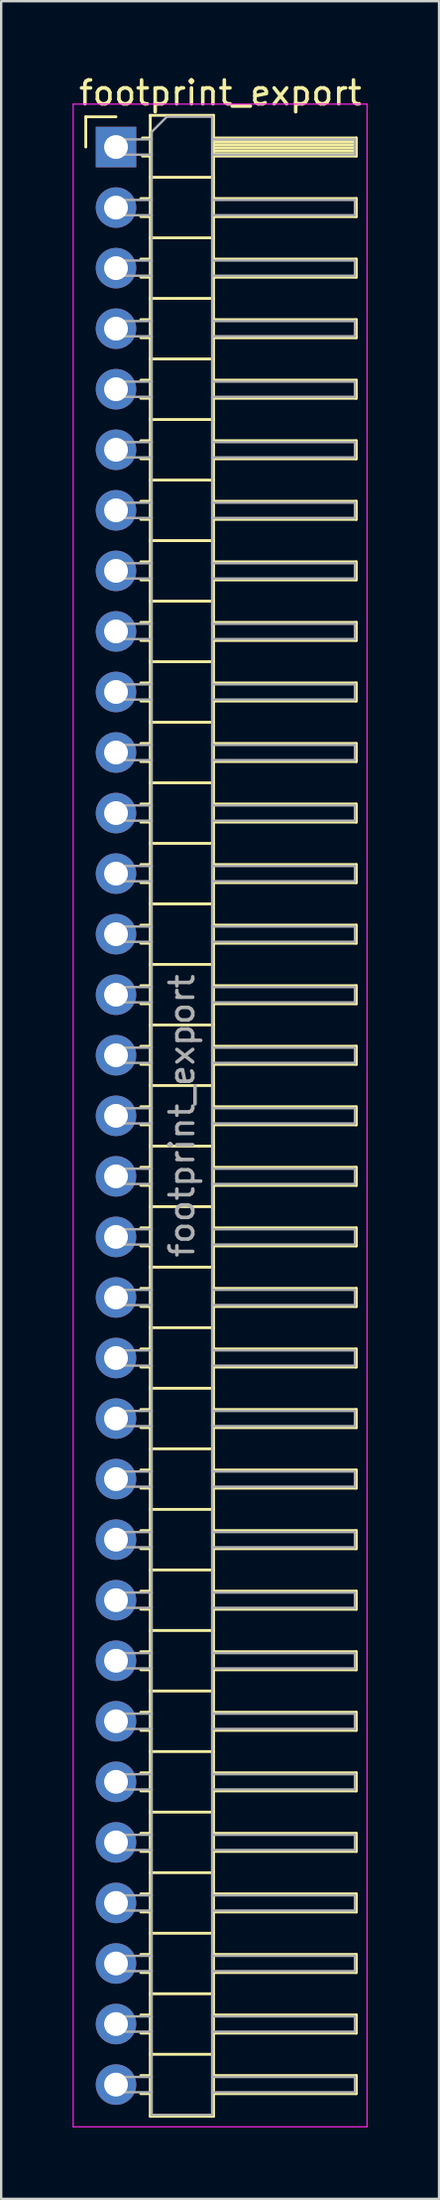
<source format=kicad_pcb>
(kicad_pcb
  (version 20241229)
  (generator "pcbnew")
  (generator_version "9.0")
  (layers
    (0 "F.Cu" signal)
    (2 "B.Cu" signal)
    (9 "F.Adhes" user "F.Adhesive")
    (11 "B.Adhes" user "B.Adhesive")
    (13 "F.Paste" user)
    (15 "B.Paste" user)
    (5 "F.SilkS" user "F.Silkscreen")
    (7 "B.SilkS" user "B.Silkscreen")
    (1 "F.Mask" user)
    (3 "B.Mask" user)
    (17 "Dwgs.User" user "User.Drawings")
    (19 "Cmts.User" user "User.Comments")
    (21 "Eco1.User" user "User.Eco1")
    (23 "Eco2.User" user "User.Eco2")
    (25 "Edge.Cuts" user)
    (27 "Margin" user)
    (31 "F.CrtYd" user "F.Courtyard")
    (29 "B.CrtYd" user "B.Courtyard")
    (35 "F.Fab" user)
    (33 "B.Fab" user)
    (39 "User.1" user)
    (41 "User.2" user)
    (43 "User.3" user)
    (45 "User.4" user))
  (footprint "footprint_export"
    (layer "F.Cu")
    (at 1.825 3.118)
    (property "Reference" "footprint_export" (at 4.385 -2.27 0) (layer "F.SilkS") (effects (font (size 1 1) (thickness 0.15))))
    (attr through_hole)
    (fp_line (start -1.27 -1.27) (end 0 -1.27) (stroke (width 0.12) (type solid)) (layer "F.SilkS"))
    (fp_line (start -1.27 0) (end -1.27 -1.27) (stroke (width 0.12) (type solid)) (layer "F.SilkS"))
    (fp_line (start 1.043 2.16) (end 1.44 2.16) (stroke (width 0.12) (type solid)) (layer "F.SilkS"))
    (fp_line (start 1.043 2.92) (end 1.44 2.92) (stroke (width 0.12) (type solid)) (layer "F.SilkS"))
    (fp_line (start 1.043 4.7) (end 1.44 4.7) (stroke (width 0.12) (type solid)) (layer "F.SilkS"))
    (fp_line (start 1.043 5.46) (end 1.44 5.46) (stroke (width 0.12) (type solid)) (layer "F.SilkS"))
    (fp_line (start 1.043 7.24) (end 1.44 7.24) (stroke (width 0.12) (type solid)) (layer "F.SilkS"))
    (fp_line (start 1.043 8) (end 1.44 8) (stroke (width 0.12) (type solid)) (layer "F.SilkS"))
    (fp_line (start 1.043 9.78) (end 1.44 9.78) (stroke (width 0.12) (type solid)) (layer "F.SilkS"))
    (fp_line (start 1.043 10.54) (end 1.44 10.54) (stroke (width 0.12) (type solid)) (layer "F.SilkS"))
    (fp_line (start 1.043 12.32) (end 1.44 12.32) (stroke (width 0.12) (type solid)) (layer "F.SilkS"))
    (fp_line (start 1.043 13.08) (end 1.44 13.08) (stroke (width 0.12) (type solid)) (layer "F.SilkS"))
    (fp_line (start 1.043 14.86) (end 1.44 14.86) (stroke (width 0.12) (type solid)) (layer "F.SilkS"))
    (fp_line (start 1.043 15.62) (end 1.44 15.62) (stroke (width 0.12) (type solid)) (layer "F.SilkS"))
    (fp_line (start 1.043 17.4) (end 1.44 17.4) (stroke (width 0.12) (type solid)) (layer "F.SilkS"))
    (fp_line (start 1.043 18.16) (end 1.44 18.16) (stroke (width 0.12) (type solid)) (layer "F.SilkS"))
    (fp_line (start 1.043 19.94) (end 1.44 19.94) (stroke (width 0.12) (type solid)) (layer "F.SilkS"))
    (fp_line (start 1.043 20.7) (end 1.44 20.7) (stroke (width 0.12) (type solid)) (layer "F.SilkS"))
    (fp_line (start 1.043 22.48) (end 1.44 22.48) (stroke (width 0.12) (type solid)) (layer "F.SilkS"))
    (fp_line (start 1.043 23.24) (end 1.44 23.24) (stroke (width 0.12) (type solid)) (layer "F.SilkS"))
    (fp_line (start 1.043 25.02) (end 1.44 25.02) (stroke (width 0.12) (type solid)) (layer "F.SilkS"))
    (fp_line (start 1.043 25.78) (end 1.44 25.78) (stroke (width 0.12) (type solid)) (layer "F.SilkS"))
    (fp_line (start 1.043 27.56) (end 1.44 27.56) (stroke (width 0.12) (type solid)) (layer "F.SilkS"))
    (fp_line (start 1.043 28.32) (end 1.44 28.32) (stroke (width 0.12) (type solid)) (layer "F.SilkS"))
    (fp_line (start 1.043 30.1) (end 1.44 30.1) (stroke (width 0.12) (type solid)) (layer "F.SilkS"))
    (fp_line (start 1.043 30.86) (end 1.44 30.86) (stroke (width 0.12) (type solid)) (layer "F.SilkS"))
    (fp_line (start 1.043 32.64) (end 1.44 32.64) (stroke (width 0.12) (type solid)) (layer "F.SilkS"))
    (fp_line (start 1.043 33.4) (end 1.44 33.4) (stroke (width 0.12) (type solid)) (layer "F.SilkS"))
    (fp_line (start 1.043 35.18) (end 1.44 35.18) (stroke (width 0.12) (type solid)) (layer "F.SilkS"))
    (fp_line (start 1.043 35.94) (end 1.44 35.94) (stroke (width 0.12) (type solid)) (layer "F.SilkS"))
    (fp_line (start 1.043 37.72) (end 1.44 37.72) (stroke (width 0.12) (type solid)) (layer "F.SilkS"))
    (fp_line (start 1.043 38.48) (end 1.44 38.48) (stroke (width 0.12) (type solid)) (layer "F.SilkS"))
    (fp_line (start 1.043 40.26) (end 1.44 40.26) (stroke (width 0.12) (type solid)) (layer "F.SilkS"))
    (fp_line (start 1.043 41.02) (end 1.44 41.02) (stroke (width 0.12) (type solid)) (layer "F.SilkS"))
    (fp_line (start 1.043 42.8) (end 1.44 42.8) (stroke (width 0.12) (type solid)) (layer "F.SilkS"))
    (fp_line (start 1.043 43.56) (end 1.44 43.56) (stroke (width 0.12) (type solid)) (layer "F.SilkS"))
    (fp_line (start 1.043 45.34) (end 1.44 45.34) (stroke (width 0.12) (type solid)) (layer "F.SilkS"))
    (fp_line (start 1.043 46.1) (end 1.44 46.1) (stroke (width 0.12) (type solid)) (layer "F.SilkS"))
    (fp_line (start 1.043 47.88) (end 1.44 47.88) (stroke (width 0.12) (type solid)) (layer "F.SilkS"))
    (fp_line (start 1.043 48.64) (end 1.44 48.64) (stroke (width 0.12) (type solid)) (layer "F.SilkS"))
    (fp_line (start 1.043 50.42) (end 1.44 50.42) (stroke (width 0.12) (type solid)) (layer "F.SilkS"))
    (fp_line (start 1.043 51.18) (end 1.44 51.18) (stroke (width 0.12) (type solid)) (layer "F.SilkS"))
    (fp_line (start 1.043 52.96) (end 1.44 52.96) (stroke (width 0.12) (type solid)) (layer "F.SilkS"))
    (fp_line (start 1.043 53.72) (end 1.44 53.72) (stroke (width 0.12) (type solid)) (layer "F.SilkS"))
    (fp_line (start 1.043 55.5) (end 1.44 55.5) (stroke (width 0.12) (type solid)) (layer "F.SilkS"))
    (fp_line (start 1.043 56.26) (end 1.44 56.26) (stroke (width 0.12) (type solid)) (layer "F.SilkS"))
    (fp_line (start 1.043 58.04) (end 1.44 58.04) (stroke (width 0.12) (type solid)) (layer "F.SilkS"))
    (fp_line (start 1.043 58.8) (end 1.44 58.8) (stroke (width 0.12) (type solid)) (layer "F.SilkS"))
    (fp_line (start 1.043 60.58) (end 1.44 60.58) (stroke (width 0.12) (type solid)) (layer "F.SilkS"))
    (fp_line (start 1.043 61.34) (end 1.44 61.34) (stroke (width 0.12) (type solid)) (layer "F.SilkS"))
    (fp_line (start 1.043 63.12) (end 1.44 63.12) (stroke (width 0.12) (type solid)) (layer "F.SilkS"))
    (fp_line (start 1.043 63.88) (end 1.44 63.88) (stroke (width 0.12) (type solid)) (layer "F.SilkS"))
    (fp_line (start 1.043 65.66) (end 1.44 65.66) (stroke (width 0.12) (type solid)) (layer "F.SilkS"))
    (fp_line (start 1.043 66.42) (end 1.44 66.42) (stroke (width 0.12) (type solid)) (layer "F.SilkS"))
    (fp_line (start 1.043 68.2) (end 1.44 68.2) (stroke (width 0.12) (type solid)) (layer "F.SilkS"))
    (fp_line (start 1.043 68.96) (end 1.44 68.96) (stroke (width 0.12) (type solid)) (layer "F.SilkS"))
    (fp_line (start 1.043 70.74) (end 1.44 70.74) (stroke (width 0.12) (type solid)) (layer "F.SilkS"))
    (fp_line (start 1.043 71.5) (end 1.44 71.5) (stroke (width 0.12) (type solid)) (layer "F.SilkS"))
    (fp_line (start 1.043 73.28) (end 1.44 73.28) (stroke (width 0.12) (type solid)) (layer "F.SilkS"))
    (fp_line (start 1.043 74.04) (end 1.44 74.04) (stroke (width 0.12) (type solid)) (layer "F.SilkS"))
    (fp_line (start 1.043 75.82) (end 1.44 75.82) (stroke (width 0.12) (type solid)) (layer "F.SilkS"))
    (fp_line (start 1.043 76.58) (end 1.44 76.58) (stroke (width 0.12) (type solid)) (layer "F.SilkS"))
    (fp_line (start 1.043 78.36) (end 1.44 78.36) (stroke (width 0.12) (type solid)) (layer "F.SilkS"))
    (fp_line (start 1.043 79.12) (end 1.44 79.12) (stroke (width 0.12) (type solid)) (layer "F.SilkS"))
    (fp_line (start 1.043 80.9) (end 1.44 80.9) (stroke (width 0.12) (type solid)) (layer "F.SilkS"))
    (fp_line (start 1.043 81.66) (end 1.44 81.66) (stroke (width 0.12) (type solid)) (layer "F.SilkS"))
    (fp_line (start 1.11 -0.38) (end 1.44 -0.38) (stroke (width 0.12) (type solid)) (layer "F.SilkS"))
    (fp_line (start 1.11 0.38) (end 1.44 0.38) (stroke (width 0.12) (type solid)) (layer "F.SilkS"))
    (fp_line (start 1.44 -1.33) (end 1.44 82.61) (stroke (width 0.12) (type solid)) (layer "F.SilkS"))
    (fp_line (start 1.44 1.27) (end 4.1 1.27) (stroke (width 0.12) (type solid)) (layer "F.SilkS"))
    (fp_line (start 1.44 3.81) (end 4.1 3.81) (stroke (width 0.12) (type solid)) (layer "F.SilkS"))
    (fp_line (start 1.44 6.35) (end 4.1 6.35) (stroke (width 0.12) (type solid)) (layer "F.SilkS"))
    (fp_line (start 1.44 8.89) (end 4.1 8.89) (stroke (width 0.12) (type solid)) (layer "F.SilkS"))
    (fp_line (start 1.44 11.43) (end 4.1 11.43) (stroke (width 0.12) (type solid)) (layer "F.SilkS"))
    (fp_line (start 1.44 13.97) (end 4.1 13.97) (stroke (width 0.12) (type solid)) (layer "F.SilkS"))
    (fp_line (start 1.44 16.51) (end 4.1 16.51) (stroke (width 0.12) (type solid)) (layer "F.SilkS"))
    (fp_line (start 1.44 19.05) (end 4.1 19.05) (stroke (width 0.12) (type solid)) (layer "F.SilkS"))
    (fp_line (start 1.44 21.59) (end 4.1 21.59) (stroke (width 0.12) (type solid)) (layer "F.SilkS"))
    (fp_line (start 1.44 24.13) (end 4.1 24.13) (stroke (width 0.12) (type solid)) (layer "F.SilkS"))
    (fp_line (start 1.44 26.67) (end 4.1 26.67) (stroke (width 0.12) (type solid)) (layer "F.SilkS"))
    (fp_line (start 1.44 29.21) (end 4.1 29.21) (stroke (width 0.12) (type solid)) (layer "F.SilkS"))
    (fp_line (start 1.44 31.75) (end 4.1 31.75) (stroke (width 0.12) (type solid)) (layer "F.SilkS"))
    (fp_line (start 1.44 34.29) (end 4.1 34.29) (stroke (width 0.12) (type solid)) (layer "F.SilkS"))
    (fp_line (start 1.44 36.83) (end 4.1 36.83) (stroke (width 0.12) (type solid)) (layer "F.SilkS"))
    (fp_line (start 1.44 39.37) (end 4.1 39.37) (stroke (width 0.12) (type solid)) (layer "F.SilkS"))
    (fp_line (start 1.44 41.91) (end 4.1 41.91) (stroke (width 0.12) (type solid)) (layer "F.SilkS"))
    (fp_line (start 1.44 44.45) (end 4.1 44.45) (stroke (width 0.12) (type solid)) (layer "F.SilkS"))
    (fp_line (start 1.44 46.99) (end 4.1 46.99) (stroke (width 0.12) (type solid)) (layer "F.SilkS"))
    (fp_line (start 1.44 49.53) (end 4.1 49.53) (stroke (width 0.12) (type solid)) (layer "F.SilkS"))
    (fp_line (start 1.44 52.07) (end 4.1 52.07) (stroke (width 0.12) (type solid)) (layer "F.SilkS"))
    (fp_line (start 1.44 54.61) (end 4.1 54.61) (stroke (width 0.12) (type solid)) (layer "F.SilkS"))
    (fp_line (start 1.44 57.15) (end 4.1 57.15) (stroke (width 0.12) (type solid)) (layer "F.SilkS"))
    (fp_line (start 1.44 59.69) (end 4.1 59.69) (stroke (width 0.12) (type solid)) (layer "F.SilkS"))
    (fp_line (start 1.44 62.23) (end 4.1 62.23) (stroke (width 0.12) (type solid)) (layer "F.SilkS"))
    (fp_line (start 1.44 64.77) (end 4.1 64.77) (stroke (width 0.12) (type solid)) (layer "F.SilkS"))
    (fp_line (start 1.44 67.31) (end 4.1 67.31) (stroke (width 0.12) (type solid)) (layer "F.SilkS"))
    (fp_line (start 1.44 69.85) (end 4.1 69.85) (stroke (width 0.12) (type solid)) (layer "F.SilkS"))
    (fp_line (start 1.44 72.39) (end 4.1 72.39) (stroke (width 0.12) (type solid)) (layer "F.SilkS"))
    (fp_line (start 1.44 74.93) (end 4.1 74.93) (stroke (width 0.12) (type solid)) (layer "F.SilkS"))
    (fp_line (start 1.44 77.47) (end 4.1 77.47) (stroke (width 0.12) (type solid)) (layer "F.SilkS"))
    (fp_line (start 1.44 80.01) (end 4.1 80.01) (stroke (width 0.12) (type solid)) (layer "F.SilkS"))
    (fp_line (start 1.44 82.61) (end 4.1 82.61) (stroke (width 0.12) (type solid)) (layer "F.SilkS"))
    (fp_line (start 4.1 -1.33) (end 1.44 -1.33) (stroke (width 0.12) (type solid)) (layer "F.SilkS"))
    (fp_line (start 4.1 -0.38) (end 10.1 -0.38) (stroke (width 0.12) (type solid)) (layer "F.SilkS"))
    (fp_line (start 4.1 -0.32) (end 10.1 -0.32) (stroke (width 0.12) (type solid)) (layer "F.SilkS"))
    (fp_line (start 4.1 -0.2) (end 10.1 -0.2) (stroke (width 0.12) (type solid)) (layer "F.SilkS"))
    (fp_line (start 4.1 -0.08) (end 10.1 -0.08) (stroke (width 0.12) (type solid)) (layer "F.SilkS"))
    (fp_line (start 4.1 0.04) (end 10.1 0.04) (stroke (width 0.12) (type solid)) (layer "F.SilkS"))
    (fp_line (start 4.1 0.16) (end 10.1 0.16) (stroke (width 0.12) (type solid)) (layer "F.SilkS"))
    (fp_line (start 4.1 0.28) (end 10.1 0.28) (stroke (width 0.12) (type solid)) (layer "F.SilkS"))
    (fp_line (start 4.1 2.16) (end 10.1 2.16) (stroke (width 0.12) (type solid)) (layer "F.SilkS"))
    (fp_line (start 4.1 4.7) (end 10.1 4.7) (stroke (width 0.12) (type solid)) (layer "F.SilkS"))
    (fp_line (start 4.1 7.24) (end 10.1 7.24) (stroke (width 0.12) (type solid)) (layer "F.SilkS"))
    (fp_line (start 4.1 9.78) (end 10.1 9.78) (stroke (width 0.12) (type solid)) (layer "F.SilkS"))
    (fp_line (start 4.1 12.32) (end 10.1 12.32) (stroke (width 0.12) (type solid)) (layer "F.SilkS"))
    (fp_line (start 4.1 14.86) (end 10.1 14.86) (stroke (width 0.12) (type solid)) (layer "F.SilkS"))
    (fp_line (start 4.1 17.4) (end 10.1 17.4) (stroke (width 0.12) (type solid)) (layer "F.SilkS"))
    (fp_line (start 4.1 19.94) (end 10.1 19.94) (stroke (width 0.12) (type solid)) (layer "F.SilkS"))
    (fp_line (start 4.1 22.48) (end 10.1 22.48) (stroke (width 0.12) (type solid)) (layer "F.SilkS"))
    (fp_line (start 4.1 25.02) (end 10.1 25.02) (stroke (width 0.12) (type solid)) (layer "F.SilkS"))
    (fp_line (start 4.1 27.56) (end 10.1 27.56) (stroke (width 0.12) (type solid)) (layer "F.SilkS"))
    (fp_line (start 4.1 30.1) (end 10.1 30.1) (stroke (width 0.12) (type solid)) (layer "F.SilkS"))
    (fp_line (start 4.1 32.64) (end 10.1 32.64) (stroke (width 0.12) (type solid)) (layer "F.SilkS"))
    (fp_line (start 4.1 35.18) (end 10.1 35.18) (stroke (width 0.12) (type solid)) (layer "F.SilkS"))
    (fp_line (start 4.1 37.72) (end 10.1 37.72) (stroke (width 0.12) (type solid)) (layer "F.SilkS"))
    (fp_line (start 4.1 40.26) (end 10.1 40.26) (stroke (width 0.12) (type solid)) (layer "F.SilkS"))
    (fp_line (start 4.1 42.8) (end 10.1 42.8) (stroke (width 0.12) (type solid)) (layer "F.SilkS"))
    (fp_line (start 4.1 45.34) (end 10.1 45.34) (stroke (width 0.12) (type solid)) (layer "F.SilkS"))
    (fp_line (start 4.1 47.88) (end 10.1 47.88) (stroke (width 0.12) (type solid)) (layer "F.SilkS"))
    (fp_line (start 4.1 50.42) (end 10.1 50.42) (stroke (width 0.12) (type solid)) (layer "F.SilkS"))
    (fp_line (start 4.1 52.96) (end 10.1 52.96) (stroke (width 0.12) (type solid)) (layer "F.SilkS"))
    (fp_line (start 4.1 55.5) (end 10.1 55.5) (stroke (width 0.12) (type solid)) (layer "F.SilkS"))
    (fp_line (start 4.1 58.04) (end 10.1 58.04) (stroke (width 0.12) (type solid)) (layer "F.SilkS"))
    (fp_line (start 4.1 60.58) (end 10.1 60.58) (stroke (width 0.12) (type solid)) (layer "F.SilkS"))
    (fp_line (start 4.1 63.12) (end 10.1 63.12) (stroke (width 0.12) (type solid)) (layer "F.SilkS"))
    (fp_line (start 4.1 65.66) (end 10.1 65.66) (stroke (width 0.12) (type solid)) (layer "F.SilkS"))
    (fp_line (start 4.1 68.2) (end 10.1 68.2) (stroke (width 0.12) (type solid)) (layer "F.SilkS"))
    (fp_line (start 4.1 70.74) (end 10.1 70.74) (stroke (width 0.12) (type solid)) (layer "F.SilkS"))
    (fp_line (start 4.1 73.28) (end 10.1 73.28) (stroke (width 0.12) (type solid)) (layer "F.SilkS"))
    (fp_line (start 4.1 75.82) (end 10.1 75.82) (stroke (width 0.12) (type solid)) (layer "F.SilkS"))
    (fp_line (start 4.1 78.36) (end 10.1 78.36) (stroke (width 0.12) (type solid)) (layer "F.SilkS"))
    (fp_line (start 4.1 80.9) (end 10.1 80.9) (stroke (width 0.12) (type solid)) (layer "F.SilkS"))
    (fp_line (start 4.1 82.61) (end 4.1 -1.33) (stroke (width 0.12) (type solid)) (layer "F.SilkS"))
    (fp_line (start 10.1 -0.38) (end 10.1 0.38) (stroke (width 0.12) (type solid)) (layer "F.SilkS"))
    (fp_line (start 10.1 0.38) (end 4.1 0.38) (stroke (width 0.12) (type solid)) (layer "F.SilkS"))
    (fp_line (start 10.1 2.16) (end 10.1 2.92) (stroke (width 0.12) (type solid)) (layer "F.SilkS"))
    (fp_line (start 10.1 2.92) (end 4.1 2.92) (stroke (width 0.12) (type solid)) (layer "F.SilkS"))
    (fp_line (start 10.1 4.7) (end 10.1 5.46) (stroke (width 0.12) (type solid)) (layer "F.SilkS"))
    (fp_line (start 10.1 5.46) (end 4.1 5.46) (stroke (width 0.12) (type solid)) (layer "F.SilkS"))
    (fp_line (start 10.1 7.24) (end 10.1 8) (stroke (width 0.12) (type solid)) (layer "F.SilkS"))
    (fp_line (start 10.1 8) (end 4.1 8) (stroke (width 0.12) (type solid)) (layer "F.SilkS"))
    (fp_line (start 10.1 9.78) (end 10.1 10.54) (stroke (width 0.12) (type solid)) (layer "F.SilkS"))
    (fp_line (start 10.1 10.54) (end 4.1 10.54) (stroke (width 0.12) (type solid)) (layer "F.SilkS"))
    (fp_line (start 10.1 12.32) (end 10.1 13.08) (stroke (width 0.12) (type solid)) (layer "F.SilkS"))
    (fp_line (start 10.1 13.08) (end 4.1 13.08) (stroke (width 0.12) (type solid)) (layer "F.SilkS"))
    (fp_line (start 10.1 14.86) (end 10.1 15.62) (stroke (width 0.12) (type solid)) (layer "F.SilkS"))
    (fp_line (start 10.1 15.62) (end 4.1 15.62) (stroke (width 0.12) (type solid)) (layer "F.SilkS"))
    (fp_line (start 10.1 17.4) (end 10.1 18.16) (stroke (width 0.12) (type solid)) (layer "F.SilkS"))
    (fp_line (start 10.1 18.16) (end 4.1 18.16) (stroke (width 0.12) (type solid)) (layer "F.SilkS"))
    (fp_line (start 10.1 19.94) (end 10.1 20.7) (stroke (width 0.12) (type solid)) (layer "F.SilkS"))
    (fp_line (start 10.1 20.7) (end 4.1 20.7) (stroke (width 0.12) (type solid)) (layer "F.SilkS"))
    (fp_line (start 10.1 22.48) (end 10.1 23.24) (stroke (width 0.12) (type solid)) (layer "F.SilkS"))
    (fp_line (start 10.1 23.24) (end 4.1 23.24) (stroke (width 0.12) (type solid)) (layer "F.SilkS"))
    (fp_line (start 10.1 25.02) (end 10.1 25.78) (stroke (width 0.12) (type solid)) (layer "F.SilkS"))
    (fp_line (start 10.1 25.78) (end 4.1 25.78) (stroke (width 0.12) (type solid)) (layer "F.SilkS"))
    (fp_line (start 10.1 27.56) (end 10.1 28.32) (stroke (width 0.12) (type solid)) (layer "F.SilkS"))
    (fp_line (start 10.1 28.32) (end 4.1 28.32) (stroke (width 0.12) (type solid)) (layer "F.SilkS"))
    (fp_line (start 10.1 30.1) (end 10.1 30.86) (stroke (width 0.12) (type solid)) (layer "F.SilkS"))
    (fp_line (start 10.1 30.86) (end 4.1 30.86) (stroke (width 0.12) (type solid)) (layer "F.SilkS"))
    (fp_line (start 10.1 32.64) (end 10.1 33.4) (stroke (width 0.12) (type solid)) (layer "F.SilkS"))
    (fp_line (start 10.1 33.4) (end 4.1 33.4) (stroke (width 0.12) (type solid)) (layer "F.SilkS"))
    (fp_line (start 10.1 35.18) (end 10.1 35.94) (stroke (width 0.12) (type solid)) (layer "F.SilkS"))
    (fp_line (start 10.1 35.94) (end 4.1 35.94) (stroke (width 0.12) (type solid)) (layer "F.SilkS"))
    (fp_line (start 10.1 37.72) (end 10.1 38.48) (stroke (width 0.12) (type solid)) (layer "F.SilkS"))
    (fp_line (start 10.1 38.48) (end 4.1 38.48) (stroke (width 0.12) (type solid)) (layer "F.SilkS"))
    (fp_line (start 10.1 40.26) (end 10.1 41.02) (stroke (width 0.12) (type solid)) (layer "F.SilkS"))
    (fp_line (start 10.1 41.02) (end 4.1 41.02) (stroke (width 0.12) (type solid)) (layer "F.SilkS"))
    (fp_line (start 10.1 42.8) (end 10.1 43.56) (stroke (width 0.12) (type solid)) (layer "F.SilkS"))
    (fp_line (start 10.1 43.56) (end 4.1 43.56) (stroke (width 0.12) (type solid)) (layer "F.SilkS"))
    (fp_line (start 10.1 45.34) (end 10.1 46.1) (stroke (width 0.12) (type solid)) (layer "F.SilkS"))
    (fp_line (start 10.1 46.1) (end 4.1 46.1) (stroke (width 0.12) (type solid)) (layer "F.SilkS"))
    (fp_line (start 10.1 47.88) (end 10.1 48.64) (stroke (width 0.12) (type solid)) (layer "F.SilkS"))
    (fp_line (start 10.1 48.64) (end 4.1 48.64) (stroke (width 0.12) (type solid)) (layer "F.SilkS"))
    (fp_line (start 10.1 50.42) (end 10.1 51.18) (stroke (width 0.12) (type solid)) (layer "F.SilkS"))
    (fp_line (start 10.1 51.18) (end 4.1 51.18) (stroke (width 0.12) (type solid)) (layer "F.SilkS"))
    (fp_line (start 10.1 52.96) (end 10.1 53.72) (stroke (width 0.12) (type solid)) (layer "F.SilkS"))
    (fp_line (start 10.1 53.72) (end 4.1 53.72) (stroke (width 0.12) (type solid)) (layer "F.SilkS"))
    (fp_line (start 10.1 55.5) (end 10.1 56.26) (stroke (width 0.12) (type solid)) (layer "F.SilkS"))
    (fp_line (start 10.1 56.26) (end 4.1 56.26) (stroke (width 0.12) (type solid)) (layer "F.SilkS"))
    (fp_line (start 10.1 58.04) (end 10.1 58.8) (stroke (width 0.12) (type solid)) (layer "F.SilkS"))
    (fp_line (start 10.1 58.8) (end 4.1 58.8) (stroke (width 0.12) (type solid)) (layer "F.SilkS"))
    (fp_line (start 10.1 60.58) (end 10.1 61.34) (stroke (width 0.12) (type solid)) (layer "F.SilkS"))
    (fp_line (start 10.1 61.34) (end 4.1 61.34) (stroke (width 0.12) (type solid)) (layer "F.SilkS"))
    (fp_line (start 10.1 63.12) (end 10.1 63.88) (stroke (width 0.12) (type solid)) (layer "F.SilkS"))
    (fp_line (start 10.1 63.88) (end 4.1 63.88) (stroke (width 0.12) (type solid)) (layer "F.SilkS"))
    (fp_line (start 10.1 65.66) (end 10.1 66.42) (stroke (width 0.12) (type solid)) (layer "F.SilkS"))
    (fp_line (start 10.1 66.42) (end 4.1 66.42) (stroke (width 0.12) (type solid)) (layer "F.SilkS"))
    (fp_line (start 10.1 68.2) (end 10.1 68.96) (stroke (width 0.12) (type solid)) (layer "F.SilkS"))
    (fp_line (start 10.1 68.96) (end 4.1 68.96) (stroke (width 0.12) (type solid)) (layer "F.SilkS"))
    (fp_line (start 10.1 70.74) (end 10.1 71.5) (stroke (width 0.12) (type solid)) (layer "F.SilkS"))
    (fp_line (start 10.1 71.5) (end 4.1 71.5) (stroke (width 0.12) (type solid)) (layer "F.SilkS"))
    (fp_line (start 10.1 73.28) (end 10.1 74.04) (stroke (width 0.12) (type solid)) (layer "F.SilkS"))
    (fp_line (start 10.1 74.04) (end 4.1 74.04) (stroke (width 0.12) (type solid)) (layer "F.SilkS"))
    (fp_line (start 10.1 75.82) (end 10.1 76.58) (stroke (width 0.12) (type solid)) (layer "F.SilkS"))
    (fp_line (start 10.1 76.58) (end 4.1 76.58) (stroke (width 0.12) (type solid)) (layer "F.SilkS"))
    (fp_line (start 10.1 78.36) (end 10.1 79.12) (stroke (width 0.12) (type solid)) (layer "F.SilkS"))
    (fp_line (start 10.1 79.12) (end 4.1 79.12) (stroke (width 0.12) (type solid)) (layer "F.SilkS"))
    (fp_line (start 10.1 80.9) (end 10.1 81.66) (stroke (width 0.12) (type solid)) (layer "F.SilkS"))
    (fp_line (start 10.1 81.66) (end 4.1 81.66) (stroke (width 0.12) (type solid)) (layer "F.SilkS"))
    (fp_line (start -1.8 -1.8) (end -1.8 83.05) (stroke (width 0.05) (type solid)) (layer "F.CrtYd"))
    (fp_line (start -1.8 83.05) (end 10.55 83.05) (stroke (width 0.05) (type solid)) (layer "F.CrtYd"))
    (fp_line (start 10.55 -1.8) (end -1.8 -1.8) (stroke (width 0.05) (type solid)) (layer "F.CrtYd"))
    (fp_line (start 10.55 83.05) (end 10.55 -1.8) (stroke (width 0.05) (type solid)) (layer "F.CrtYd"))
    (fp_line (start -0.32 -0.32) (end -0.32 0.32) (stroke (width 0.1) (type solid)) (layer "F.Fab"))
    (fp_line (start -0.32 -0.32) (end 1.5 -0.32) (stroke (width 0.1) (type solid)) (layer "F.Fab"))
    (fp_line (start -0.32 0.32) (end 1.5 0.32) (stroke (width 0.1) (type solid)) (layer "F.Fab"))
    (fp_line (start -0.32 2.22) (end -0.32 2.86) (stroke (width 0.1) (type solid)) (layer "F.Fab"))
    (fp_line (start -0.32 2.22) (end 1.5 2.22) (stroke (width 0.1) (type solid)) (layer "F.Fab"))
    (fp_line (start -0.32 2.86) (end 1.5 2.86) (stroke (width 0.1) (type solid)) (layer "F.Fab"))
    (fp_line (start -0.32 4.76) (end -0.32 5.4) (stroke (width 0.1) (type solid)) (layer "F.Fab"))
    (fp_line (start -0.32 4.76) (end 1.5 4.76) (stroke (width 0.1) (type solid)) (layer "F.Fab"))
    (fp_line (start -0.32 5.4) (end 1.5 5.4) (stroke (width 0.1) (type solid)) (layer "F.Fab"))
    (fp_line (start -0.32 7.3) (end -0.32 7.94) (stroke (width 0.1) (type solid)) (layer "F.Fab"))
    (fp_line (start -0.32 7.3) (end 1.5 7.3) (stroke (width 0.1) (type solid)) (layer "F.Fab"))
    (fp_line (start -0.32 7.94) (end 1.5 7.94) (stroke (width 0.1) (type solid)) (layer "F.Fab"))
    (fp_line (start -0.32 9.84) (end -0.32 10.48) (stroke (width 0.1) (type solid)) (layer "F.Fab"))
    (fp_line (start -0.32 9.84) (end 1.5 9.84) (stroke (width 0.1) (type solid)) (layer "F.Fab"))
    (fp_line (start -0.32 10.48) (end 1.5 10.48) (stroke (width 0.1) (type solid)) (layer "F.Fab"))
    (fp_line (start -0.32 12.38) (end -0.32 13.02) (stroke (width 0.1) (type solid)) (layer "F.Fab"))
    (fp_line (start -0.32 12.38) (end 1.5 12.38) (stroke (width 0.1) (type solid)) (layer "F.Fab"))
    (fp_line (start -0.32 13.02) (end 1.5 13.02) (stroke (width 0.1) (type solid)) (layer "F.Fab"))
    (fp_line (start -0.32 14.92) (end -0.32 15.56) (stroke (width 0.1) (type solid)) (layer "F.Fab"))
    (fp_line (start -0.32 14.92) (end 1.5 14.92) (stroke (width 0.1) (type solid)) (layer "F.Fab"))
    (fp_line (start -0.32 15.56) (end 1.5 15.56) (stroke (width 0.1) (type solid)) (layer "F.Fab"))
    (fp_line (start -0.32 17.46) (end -0.32 18.1) (stroke (width 0.1) (type solid)) (layer "F.Fab"))
    (fp_line (start -0.32 17.46) (end 1.5 17.46) (stroke (width 0.1) (type solid)) (layer "F.Fab"))
    (fp_line (start -0.32 18.1) (end 1.5 18.1) (stroke (width 0.1) (type solid)) (layer "F.Fab"))
    (fp_line (start -0.32 20) (end -0.32 20.64) (stroke (width 0.1) (type solid)) (layer "F.Fab"))
    (fp_line (start -0.32 20) (end 1.5 20) (stroke (width 0.1) (type solid)) (layer "F.Fab"))
    (fp_line (start -0.32 20.64) (end 1.5 20.64) (stroke (width 0.1) (type solid)) (layer "F.Fab"))
    (fp_line (start -0.32 22.54) (end -0.32 23.18) (stroke (width 0.1) (type solid)) (layer "F.Fab"))
    (fp_line (start -0.32 22.54) (end 1.5 22.54) (stroke (width 0.1) (type solid)) (layer "F.Fab"))
    (fp_line (start -0.32 23.18) (end 1.5 23.18) (stroke (width 0.1) (type solid)) (layer "F.Fab"))
    (fp_line (start -0.32 25.08) (end -0.32 25.72) (stroke (width 0.1) (type solid)) (layer "F.Fab"))
    (fp_line (start -0.32 25.08) (end 1.5 25.08) (stroke (width 0.1) (type solid)) (layer "F.Fab"))
    (fp_line (start -0.32 25.72) (end 1.5 25.72) (stroke (width 0.1) (type solid)) (layer "F.Fab"))
    (fp_line (start -0.32 27.62) (end -0.32 28.26) (stroke (width 0.1) (type solid)) (layer "F.Fab"))
    (fp_line (start -0.32 27.62) (end 1.5 27.62) (stroke (width 0.1) (type solid)) (layer "F.Fab"))
    (fp_line (start -0.32 28.26) (end 1.5 28.26) (stroke (width 0.1) (type solid)) (layer "F.Fab"))
    (fp_line (start -0.32 30.16) (end -0.32 30.8) (stroke (width 0.1) (type solid)) (layer "F.Fab"))
    (fp_line (start -0.32 30.16) (end 1.5 30.16) (stroke (width 0.1) (type solid)) (layer "F.Fab"))
    (fp_line (start -0.32 30.8) (end 1.5 30.8) (stroke (width 0.1) (type solid)) (layer "F.Fab"))
    (fp_line (start -0.32 32.7) (end -0.32 33.34) (stroke (width 0.1) (type solid)) (layer "F.Fab"))
    (fp_line (start -0.32 32.7) (end 1.5 32.7) (stroke (width 0.1) (type solid)) (layer "F.Fab"))
    (fp_line (start -0.32 33.34) (end 1.5 33.34) (stroke (width 0.1) (type solid)) (layer "F.Fab"))
    (fp_line (start -0.32 35.24) (end -0.32 35.88) (stroke (width 0.1) (type solid)) (layer "F.Fab"))
    (fp_line (start -0.32 35.24) (end 1.5 35.24) (stroke (width 0.1) (type solid)) (layer "F.Fab"))
    (fp_line (start -0.32 35.88) (end 1.5 35.88) (stroke (width 0.1) (type solid)) (layer "F.Fab"))
    (fp_line (start -0.32 37.78) (end -0.32 38.42) (stroke (width 0.1) (type solid)) (layer "F.Fab"))
    (fp_line (start -0.32 37.78) (end 1.5 37.78) (stroke (width 0.1) (type solid)) (layer "F.Fab"))
    (fp_line (start -0.32 38.42) (end 1.5 38.42) (stroke (width 0.1) (type solid)) (layer "F.Fab"))
    (fp_line (start -0.32 40.32) (end -0.32 40.96) (stroke (width 0.1) (type solid)) (layer "F.Fab"))
    (fp_line (start -0.32 40.32) (end 1.5 40.32) (stroke (width 0.1) (type solid)) (layer "F.Fab"))
    (fp_line (start -0.32 40.96) (end 1.5 40.96) (stroke (width 0.1) (type solid)) (layer "F.Fab"))
    (fp_line (start -0.32 42.86) (end -0.32 43.5) (stroke (width 0.1) (type solid)) (layer "F.Fab"))
    (fp_line (start -0.32 42.86) (end 1.5 42.86) (stroke (width 0.1) (type solid)) (layer "F.Fab"))
    (fp_line (start -0.32 43.5) (end 1.5 43.5) (stroke (width 0.1) (type solid)) (layer "F.Fab"))
    (fp_line (start -0.32 45.4) (end -0.32 46.04) (stroke (width 0.1) (type solid)) (layer "F.Fab"))
    (fp_line (start -0.32 45.4) (end 1.5 45.4) (stroke (width 0.1) (type solid)) (layer "F.Fab"))
    (fp_line (start -0.32 46.04) (end 1.5 46.04) (stroke (width 0.1) (type solid)) (layer "F.Fab"))
    (fp_line (start -0.32 47.94) (end -0.32 48.58) (stroke (width 0.1) (type solid)) (layer "F.Fab"))
    (fp_line (start -0.32 47.94) (end 1.5 47.94) (stroke (width 0.1) (type solid)) (layer "F.Fab"))
    (fp_line (start -0.32 48.58) (end 1.5 48.58) (stroke (width 0.1) (type solid)) (layer "F.Fab"))
    (fp_line (start -0.32 50.48) (end -0.32 51.12) (stroke (width 0.1) (type solid)) (layer "F.Fab"))
    (fp_line (start -0.32 50.48) (end 1.5 50.48) (stroke (width 0.1) (type solid)) (layer "F.Fab"))
    (fp_line (start -0.32 51.12) (end 1.5 51.12) (stroke (width 0.1) (type solid)) (layer "F.Fab"))
    (fp_line (start -0.32 53.02) (end -0.32 53.66) (stroke (width 0.1) (type solid)) (layer "F.Fab"))
    (fp_line (start -0.32 53.02) (end 1.5 53.02) (stroke (width 0.1) (type solid)) (layer "F.Fab"))
    (fp_line (start -0.32 53.66) (end 1.5 53.66) (stroke (width 0.1) (type solid)) (layer "F.Fab"))
    (fp_line (start -0.32 55.56) (end -0.32 56.2) (stroke (width 0.1) (type solid)) (layer "F.Fab"))
    (fp_line (start -0.32 55.56) (end 1.5 55.56) (stroke (width 0.1) (type solid)) (layer "F.Fab"))
    (fp_line (start -0.32 56.2) (end 1.5 56.2) (stroke (width 0.1) (type solid)) (layer "F.Fab"))
    (fp_line (start -0.32 58.1) (end -0.32 58.74) (stroke (width 0.1) (type solid)) (layer "F.Fab"))
    (fp_line (start -0.32 58.1) (end 1.5 58.1) (stroke (width 0.1) (type solid)) (layer "F.Fab"))
    (fp_line (start -0.32 58.74) (end 1.5 58.74) (stroke (width 0.1) (type solid)) (layer "F.Fab"))
    (fp_line (start -0.32 60.64) (end -0.32 61.28) (stroke (width 0.1) (type solid)) (layer "F.Fab"))
    (fp_line (start -0.32 60.64) (end 1.5 60.64) (stroke (width 0.1) (type solid)) (layer "F.Fab"))
    (fp_line (start -0.32 61.28) (end 1.5 61.28) (stroke (width 0.1) (type solid)) (layer "F.Fab"))
    (fp_line (start -0.32 63.18) (end -0.32 63.82) (stroke (width 0.1) (type solid)) (layer "F.Fab"))
    (fp_line (start -0.32 63.18) (end 1.5 63.18) (stroke (width 0.1) (type solid)) (layer "F.Fab"))
    (fp_line (start -0.32 63.82) (end 1.5 63.82) (stroke (width 0.1) (type solid)) (layer "F.Fab"))
    (fp_line (start -0.32 65.72) (end -0.32 66.36) (stroke (width 0.1) (type solid)) (layer "F.Fab"))
    (fp_line (start -0.32 65.72) (end 1.5 65.72) (stroke (width 0.1) (type solid)) (layer "F.Fab"))
    (fp_line (start -0.32 66.36) (end 1.5 66.36) (stroke (width 0.1) (type solid)) (layer "F.Fab"))
    (fp_line (start -0.32 68.26) (end -0.32 68.9) (stroke (width 0.1) (type solid)) (layer "F.Fab"))
    (fp_line (start -0.32 68.26) (end 1.5 68.26) (stroke (width 0.1) (type solid)) (layer "F.Fab"))
    (fp_line (start -0.32 68.9) (end 1.5 68.9) (stroke (width 0.1) (type solid)) (layer "F.Fab"))
    (fp_line (start -0.32 70.8) (end -0.32 71.44) (stroke (width 0.1) (type solid)) (layer "F.Fab"))
    (fp_line (start -0.32 70.8) (end 1.5 70.8) (stroke (width 0.1) (type solid)) (layer "F.Fab"))
    (fp_line (start -0.32 71.44) (end 1.5 71.44) (stroke (width 0.1) (type solid)) (layer "F.Fab"))
    (fp_line (start -0.32 73.34) (end -0.32 73.98) (stroke (width 0.1) (type solid)) (layer "F.Fab"))
    (fp_line (start -0.32 73.34) (end 1.5 73.34) (stroke (width 0.1) (type solid)) (layer "F.Fab"))
    (fp_line (start -0.32 73.98) (end 1.5 73.98) (stroke (width 0.1) (type solid)) (layer "F.Fab"))
    (fp_line (start -0.32 75.88) (end -0.32 76.52) (stroke (width 0.1) (type solid)) (layer "F.Fab"))
    (fp_line (start -0.32 75.88) (end 1.5 75.88) (stroke (width 0.1) (type solid)) (layer "F.Fab"))
    (fp_line (start -0.32 76.52) (end 1.5 76.52) (stroke (width 0.1) (type solid)) (layer "F.Fab"))
    (fp_line (start -0.32 78.42) (end -0.32 79.06) (stroke (width 0.1) (type solid)) (layer "F.Fab"))
    (fp_line (start -0.32 78.42) (end 1.5 78.42) (stroke (width 0.1) (type solid)) (layer "F.Fab"))
    (fp_line (start -0.32 79.06) (end 1.5 79.06) (stroke (width 0.1) (type solid)) (layer "F.Fab"))
    (fp_line (start -0.32 80.96) (end -0.32 81.6) (stroke (width 0.1) (type solid)) (layer "F.Fab"))
    (fp_line (start -0.32 80.96) (end 1.5 80.96) (stroke (width 0.1) (type solid)) (layer "F.Fab"))
    (fp_line (start -0.32 81.6) (end 1.5 81.6) (stroke (width 0.1) (type solid)) (layer "F.Fab"))
    (fp_line (start 1.5 -0.635) (end 2.135 -1.27) (stroke (width 0.1) (type solid)) (layer "F.Fab"))
    (fp_line (start 1.5 82.55) (end 1.5 -0.635) (stroke (width 0.1) (type solid)) (layer "F.Fab"))
    (fp_line (start 2.135 -1.27) (end 4.04 -1.27) (stroke (width 0.1) (type solid)) (layer "F.Fab"))
    (fp_line (start 4.04 -1.27) (end 4.04 82.55) (stroke (width 0.1) (type solid)) (layer "F.Fab"))
    (fp_line (start 4.04 -0.32) (end 10.04 -0.32) (stroke (width 0.1) (type solid)) (layer "F.Fab"))
    (fp_line (start 4.04 0.32) (end 10.04 0.32) (stroke (width 0.1) (type solid)) (layer "F.Fab"))
    (fp_line (start 4.04 2.22) (end 10.04 2.22) (stroke (width 0.1) (type solid)) (layer "F.Fab"))
    (fp_line (start 4.04 2.86) (end 10.04 2.86) (stroke (width 0.1) (type solid)) (layer "F.Fab"))
    (fp_line (start 4.04 4.76) (end 10.04 4.76) (stroke (width 0.1) (type solid)) (layer "F.Fab"))
    (fp_line (start 4.04 5.4) (end 10.04 5.4) (stroke (width 0.1) (type solid)) (layer "F.Fab"))
    (fp_line (start 4.04 7.3) (end 10.04 7.3) (stroke (width 0.1) (type solid)) (layer "F.Fab"))
    (fp_line (start 4.04 7.94) (end 10.04 7.94) (stroke (width 0.1) (type solid)) (layer "F.Fab"))
    (fp_line (start 4.04 9.84) (end 10.04 9.84) (stroke (width 0.1) (type solid)) (layer "F.Fab"))
    (fp_line (start 4.04 10.48) (end 10.04 10.48) (stroke (width 0.1) (type solid)) (layer "F.Fab"))
    (fp_line (start 4.04 12.38) (end 10.04 12.38) (stroke (width 0.1) (type solid)) (layer "F.Fab"))
    (fp_line (start 4.04 13.02) (end 10.04 13.02) (stroke (width 0.1) (type solid)) (layer "F.Fab"))
    (fp_line (start 4.04 14.92) (end 10.04 14.92) (stroke (width 0.1) (type solid)) (layer "F.Fab"))
    (fp_line (start 4.04 15.56) (end 10.04 15.56) (stroke (width 0.1) (type solid)) (layer "F.Fab"))
    (fp_line (start 4.04 17.46) (end 10.04 17.46) (stroke (width 0.1) (type solid)) (layer "F.Fab"))
    (fp_line (start 4.04 18.1) (end 10.04 18.1) (stroke (width 0.1) (type solid)) (layer "F.Fab"))
    (fp_line (start 4.04 20) (end 10.04 20) (stroke (width 0.1) (type solid)) (layer "F.Fab"))
    (fp_line (start 4.04 20.64) (end 10.04 20.64) (stroke (width 0.1) (type solid)) (layer "F.Fab"))
    (fp_line (start 4.04 22.54) (end 10.04 22.54) (stroke (width 0.1) (type solid)) (layer "F.Fab"))
    (fp_line (start 4.04 23.18) (end 10.04 23.18) (stroke (width 0.1) (type solid)) (layer "F.Fab"))
    (fp_line (start 4.04 25.08) (end 10.04 25.08) (stroke (width 0.1) (type solid)) (layer "F.Fab"))
    (fp_line (start 4.04 25.72) (end 10.04 25.72) (stroke (width 0.1) (type solid)) (layer "F.Fab"))
    (fp_line (start 4.04 27.62) (end 10.04 27.62) (stroke (width 0.1) (type solid)) (layer "F.Fab"))
    (fp_line (start 4.04 28.26) (end 10.04 28.26) (stroke (width 0.1) (type solid)) (layer "F.Fab"))
    (fp_line (start 4.04 30.16) (end 10.04 30.16) (stroke (width 0.1) (type solid)) (layer "F.Fab"))
    (fp_line (start 4.04 30.8) (end 10.04 30.8) (stroke (width 0.1) (type solid)) (layer "F.Fab"))
    (fp_line (start 4.04 32.7) (end 10.04 32.7) (stroke (width 0.1) (type solid)) (layer "F.Fab"))
    (fp_line (start 4.04 33.34) (end 10.04 33.34) (stroke (width 0.1) (type solid)) (layer "F.Fab"))
    (fp_line (start 4.04 35.24) (end 10.04 35.24) (stroke (width 0.1) (type solid)) (layer "F.Fab"))
    (fp_line (start 4.04 35.88) (end 10.04 35.88) (stroke (width 0.1) (type solid)) (layer "F.Fab"))
    (fp_line (start 4.04 37.78) (end 10.04 37.78) (stroke (width 0.1) (type solid)) (layer "F.Fab"))
    (fp_line (start 4.04 38.42) (end 10.04 38.42) (stroke (width 0.1) (type solid)) (layer "F.Fab"))
    (fp_line (start 4.04 40.32) (end 10.04 40.32) (stroke (width 0.1) (type solid)) (layer "F.Fab"))
    (fp_line (start 4.04 40.96) (end 10.04 40.96) (stroke (width 0.1) (type solid)) (layer "F.Fab"))
    (fp_line (start 4.04 42.86) (end 10.04 42.86) (stroke (width 0.1) (type solid)) (layer "F.Fab"))
    (fp_line (start 4.04 43.5) (end 10.04 43.5) (stroke (width 0.1) (type solid)) (layer "F.Fab"))
    (fp_line (start 4.04 45.4) (end 10.04 45.4) (stroke (width 0.1) (type solid)) (layer "F.Fab"))
    (fp_line (start 4.04 46.04) (end 10.04 46.04) (stroke (width 0.1) (type solid)) (layer "F.Fab"))
    (fp_line (start 4.04 47.94) (end 10.04 47.94) (stroke (width 0.1) (type solid)) (layer "F.Fab"))
    (fp_line (start 4.04 48.58) (end 10.04 48.58) (stroke (width 0.1) (type solid)) (layer "F.Fab"))
    (fp_line (start 4.04 50.48) (end 10.04 50.48) (stroke (width 0.1) (type solid)) (layer "F.Fab"))
    (fp_line (start 4.04 51.12) (end 10.04 51.12) (stroke (width 0.1) (type solid)) (layer "F.Fab"))
    (fp_line (start 4.04 53.02) (end 10.04 53.02) (stroke (width 0.1) (type solid)) (layer "F.Fab"))
    (fp_line (start 4.04 53.66) (end 10.04 53.66) (stroke (width 0.1) (type solid)) (layer "F.Fab"))
    (fp_line (start 4.04 55.56) (end 10.04 55.56) (stroke (width 0.1) (type solid)) (layer "F.Fab"))
    (fp_line (start 4.04 56.2) (end 10.04 56.2) (stroke (width 0.1) (type solid)) (layer "F.Fab"))
    (fp_line (start 4.04 58.1) (end 10.04 58.1) (stroke (width 0.1) (type solid)) (layer "F.Fab"))
    (fp_line (start 4.04 58.74) (end 10.04 58.74) (stroke (width 0.1) (type solid)) (layer "F.Fab"))
    (fp_line (start 4.04 60.64) (end 10.04 60.64) (stroke (width 0.1) (type solid)) (layer "F.Fab"))
    (fp_line (start 4.04 61.28) (end 10.04 61.28) (stroke (width 0.1) (type solid)) (layer "F.Fab"))
    (fp_line (start 4.04 63.18) (end 10.04 63.18) (stroke (width 0.1) (type solid)) (layer "F.Fab"))
    (fp_line (start 4.04 63.82) (end 10.04 63.82) (stroke (width 0.1) (type solid)) (layer "F.Fab"))
    (fp_line (start 4.04 65.72) (end 10.04 65.72) (stroke (width 0.1) (type solid)) (layer "F.Fab"))
    (fp_line (start 4.04 66.36) (end 10.04 66.36) (stroke (width 0.1) (type solid)) (layer "F.Fab"))
    (fp_line (start 4.04 68.26) (end 10.04 68.26) (stroke (width 0.1) (type solid)) (layer "F.Fab"))
    (fp_line (start 4.04 68.9) (end 10.04 68.9) (stroke (width 0.1) (type solid)) (layer "F.Fab"))
    (fp_line (start 4.04 70.8) (end 10.04 70.8) (stroke (width 0.1) (type solid)) (layer "F.Fab"))
    (fp_line (start 4.04 71.44) (end 10.04 71.44) (stroke (width 0.1) (type solid)) (layer "F.Fab"))
    (fp_line (start 4.04 73.34) (end 10.04 73.34) (stroke (width 0.1) (type solid)) (layer "F.Fab"))
    (fp_line (start 4.04 73.98) (end 10.04 73.98) (stroke (width 0.1) (type solid)) (layer "F.Fab"))
    (fp_line (start 4.04 75.88) (end 10.04 75.88) (stroke (width 0.1) (type solid)) (layer "F.Fab"))
    (fp_line (start 4.04 76.52) (end 10.04 76.52) (stroke (width 0.1) (type solid)) (layer "F.Fab"))
    (fp_line (start 4.04 78.42) (end 10.04 78.42) (stroke (width 0.1) (type solid)) (layer "F.Fab"))
    (fp_line (start 4.04 79.06) (end 10.04 79.06) (stroke (width 0.1) (type solid)) (layer "F.Fab"))
    (fp_line (start 4.04 80.96) (end 10.04 80.96) (stroke (width 0.1) (type solid)) (layer "F.Fab"))
    (fp_line (start 4.04 81.6) (end 10.04 81.6) (stroke (width 0.1) (type solid)) (layer "F.Fab"))
    (fp_line (start 4.04 82.55) (end 1.5 82.55) (stroke (width 0.1) (type solid)) (layer "F.Fab"))
    (fp_line (start 10.04 -0.32) (end 10.04 0.32) (stroke (width 0.1) (type solid)) (layer "F.Fab"))
    (fp_line (start 10.04 2.22) (end 10.04 2.86) (stroke (width 0.1) (type solid)) (layer "F.Fab"))
    (fp_line (start 10.04 4.76) (end 10.04 5.4) (stroke (width 0.1) (type solid)) (layer "F.Fab"))
    (fp_line (start 10.04 7.3) (end 10.04 7.94) (stroke (width 0.1) (type solid)) (layer "F.Fab"))
    (fp_line (start 10.04 9.84) (end 10.04 10.48) (stroke (width 0.1) (type solid)) (layer "F.Fab"))
    (fp_line (start 10.04 12.38) (end 10.04 13.02) (stroke (width 0.1) (type solid)) (layer "F.Fab"))
    (fp_line (start 10.04 14.92) (end 10.04 15.56) (stroke (width 0.1) (type solid)) (layer "F.Fab"))
    (fp_line (start 10.04 17.46) (end 10.04 18.1) (stroke (width 0.1) (type solid)) (layer "F.Fab"))
    (fp_line (start 10.04 20) (end 10.04 20.64) (stroke (width 0.1) (type solid)) (layer "F.Fab"))
    (fp_line (start 10.04 22.54) (end 10.04 23.18) (stroke (width 0.1) (type solid)) (layer "F.Fab"))
    (fp_line (start 10.04 25.08) (end 10.04 25.72) (stroke (width 0.1) (type solid)) (layer "F.Fab"))
    (fp_line (start 10.04 27.62) (end 10.04 28.26) (stroke (width 0.1) (type solid)) (layer "F.Fab"))
    (fp_line (start 10.04 30.16) (end 10.04 30.8) (stroke (width 0.1) (type solid)) (layer "F.Fab"))
    (fp_line (start 10.04 32.7) (end 10.04 33.34) (stroke (width 0.1) (type solid)) (layer "F.Fab"))
    (fp_line (start 10.04 35.24) (end 10.04 35.88) (stroke (width 0.1) (type solid)) (layer "F.Fab"))
    (fp_line (start 10.04 37.78) (end 10.04 38.42) (stroke (width 0.1) (type solid)) (layer "F.Fab"))
    (fp_line (start 10.04 40.32) (end 10.04 40.96) (stroke (width 0.1) (type solid)) (layer "F.Fab"))
    (fp_line (start 10.04 42.86) (end 10.04 43.5) (stroke (width 0.1) (type solid)) (layer "F.Fab"))
    (fp_line (start 10.04 45.4) (end 10.04 46.04) (stroke (width 0.1) (type solid)) (layer "F.Fab"))
    (fp_line (start 10.04 47.94) (end 10.04 48.58) (stroke (width 0.1) (type solid)) (layer "F.Fab"))
    (fp_line (start 10.04 50.48) (end 10.04 51.12) (stroke (width 0.1) (type solid)) (layer "F.Fab"))
    (fp_line (start 10.04 53.02) (end 10.04 53.66) (stroke (width 0.1) (type solid)) (layer "F.Fab"))
    (fp_line (start 10.04 55.56) (end 10.04 56.2) (stroke (width 0.1) (type solid)) (layer "F.Fab"))
    (fp_line (start 10.04 58.1) (end 10.04 58.74) (stroke (width 0.1) (type solid)) (layer "F.Fab"))
    (fp_line (start 10.04 60.64) (end 10.04 61.28) (stroke (width 0.1) (type solid)) (layer "F.Fab"))
    (fp_line (start 10.04 63.18) (end 10.04 63.82) (stroke (width 0.1) (type solid)) (layer "F.Fab"))
    (fp_line (start 10.04 65.72) (end 10.04 66.36) (stroke (width 0.1) (type solid)) (layer "F.Fab"))
    (fp_line (start 10.04 68.26) (end 10.04 68.9) (stroke (width 0.1) (type solid)) (layer "F.Fab"))
    (fp_line (start 10.04 70.8) (end 10.04 71.44) (stroke (width 0.1) (type solid)) (layer "F.Fab"))
    (fp_line (start 10.04 73.34) (end 10.04 73.98) (stroke (width 0.1) (type solid)) (layer "F.Fab"))
    (fp_line (start 10.04 75.88) (end 10.04 76.52) (stroke (width 0.1) (type solid)) (layer "F.Fab"))
    (fp_line (start 10.04 78.42) (end 10.04 79.06) (stroke (width 0.1) (type solid)) (layer "F.Fab"))
    (fp_line (start 10.04 80.96) (end 10.04 81.6) (stroke (width 0.1) (type solid)) (layer "F.Fab"))
    (fp_text user "${REFERENCE}" (at 2.77 40.64 90) (layer "F.Fab") (effects (font (size 1 1) (thickness 0.15))))
    (pad "1" thru_hole rect (at 0 0) (size 1.7 1.7) (drill 1) (layers "*.Cu" "*.Mask"))
    (pad "2" thru_hole oval (at 0 2.54) (size 1.7 1.7) (drill 1) (layers "*.Cu" "*.Mask"))
    (pad "3" thru_hole oval (at 0 5.08) (size 1.7 1.7) (drill 1) (layers "*.Cu" "*.Mask"))
    (pad "4" thru_hole oval (at 0 7.62) (size 1.7 1.7) (drill 1) (layers "*.Cu" "*.Mask"))
    (pad "5" thru_hole oval (at 0 10.16) (size 1.7 1.7) (drill 1) (layers "*.Cu" "*.Mask"))
    (pad "6" thru_hole oval (at 0 12.7) (size 1.7 1.7) (drill 1) (layers "*.Cu" "*.Mask"))
    (pad "7" thru_hole oval (at 0 15.24) (size 1.7 1.7) (drill 1) (layers "*.Cu" "*.Mask"))
    (pad "8" thru_hole oval (at 0 17.78) (size 1.7 1.7) (drill 1) (layers "*.Cu" "*.Mask"))
    (pad "9" thru_hole oval (at 0 20.32) (size 1.7 1.7) (drill 1) (layers "*.Cu" "*.Mask"))
    (pad "10" thru_hole oval (at 0 22.86) (size 1.7 1.7) (drill 1) (layers "*.Cu" "*.Mask"))
    (pad "11" thru_hole oval (at 0 25.4) (size 1.7 1.7) (drill 1) (layers "*.Cu" "*.Mask"))
    (pad "12" thru_hole oval (at 0 27.94) (size 1.7 1.7) (drill 1) (layers "*.Cu" "*.Mask"))
    (pad "13" thru_hole oval (at 0 30.48) (size 1.7 1.7) (drill 1) (layers "*.Cu" "*.Mask"))
    (pad "14" thru_hole oval (at 0 33.02) (size 1.7 1.7) (drill 1) (layers "*.Cu" "*.Mask"))
    (pad "15" thru_hole oval (at 0 35.56) (size 1.7 1.7) (drill 1) (layers "*.Cu" "*.Mask"))
    (pad "16" thru_hole oval (at 0 38.1) (size 1.7 1.7) (drill 1) (layers "*.Cu" "*.Mask"))
    (pad "17" thru_hole oval (at 0 40.64) (size 1.7 1.7) (drill 1) (layers "*.Cu" "*.Mask"))
    (pad "18" thru_hole oval (at 0 43.18) (size 1.7 1.7) (drill 1) (layers "*.Cu" "*.Mask"))
    (pad "19" thru_hole oval (at 0 45.72) (size 1.7 1.7) (drill 1) (layers "*.Cu" "*.Mask"))
    (pad "20" thru_hole oval (at 0 48.26) (size 1.7 1.7) (drill 1) (layers "*.Cu" "*.Mask"))
    (pad "21" thru_hole oval (at 0 50.8) (size 1.7 1.7) (drill 1) (layers "*.Cu" "*.Mask"))
    (pad "22" thru_hole oval (at 0 53.34) (size 1.7 1.7) (drill 1) (layers "*.Cu" "*.Mask"))
    (pad "23" thru_hole oval (at 0 55.88) (size 1.7 1.7) (drill 1) (layers "*.Cu" "*.Mask"))
    (pad "24" thru_hole oval (at 0 58.42) (size 1.7 1.7) (drill 1) (layers "*.Cu" "*.Mask"))
    (pad "25" thru_hole oval (at 0 60.96) (size 1.7 1.7) (drill 1) (layers "*.Cu" "*.Mask"))
    (pad "26" thru_hole oval (at 0 63.5) (size 1.7 1.7) (drill 1) (layers "*.Cu" "*.Mask"))
    (pad "27" thru_hole oval (at 0 66.04) (size 1.7 1.7) (drill 1) (layers "*.Cu" "*.Mask"))
    (pad "28" thru_hole oval (at 0 68.58) (size 1.7 1.7) (drill 1) (layers "*.Cu" "*.Mask"))
    (pad "29" thru_hole oval (at 0 71.12) (size 1.7 1.7) (drill 1) (layers "*.Cu" "*.Mask"))
    (pad "30" thru_hole oval (at 0 73.66) (size 1.7 1.7) (drill 1) (layers "*.Cu" "*.Mask"))
    (pad "31" thru_hole oval (at 0 76.2) (size 1.7 1.7) (drill 1) (layers "*.Cu" "*.Mask"))
    (pad "32" thru_hole oval (at 0 78.74) (size 1.7 1.7) (drill 1) (layers "*.Cu" "*.Mask"))
    (pad "33" thru_hole oval (at 0 81.28) (size 1.7 1.7) (drill 1) (layers "*.Cu" "*.Mask")))
  (gr_rect
    (start -3 -3)
    (end 15.4 89.193)
    (stroke (width 0.1) (type default))
    (fill no)
    (layer "Edge.Cuts")))
</source>
